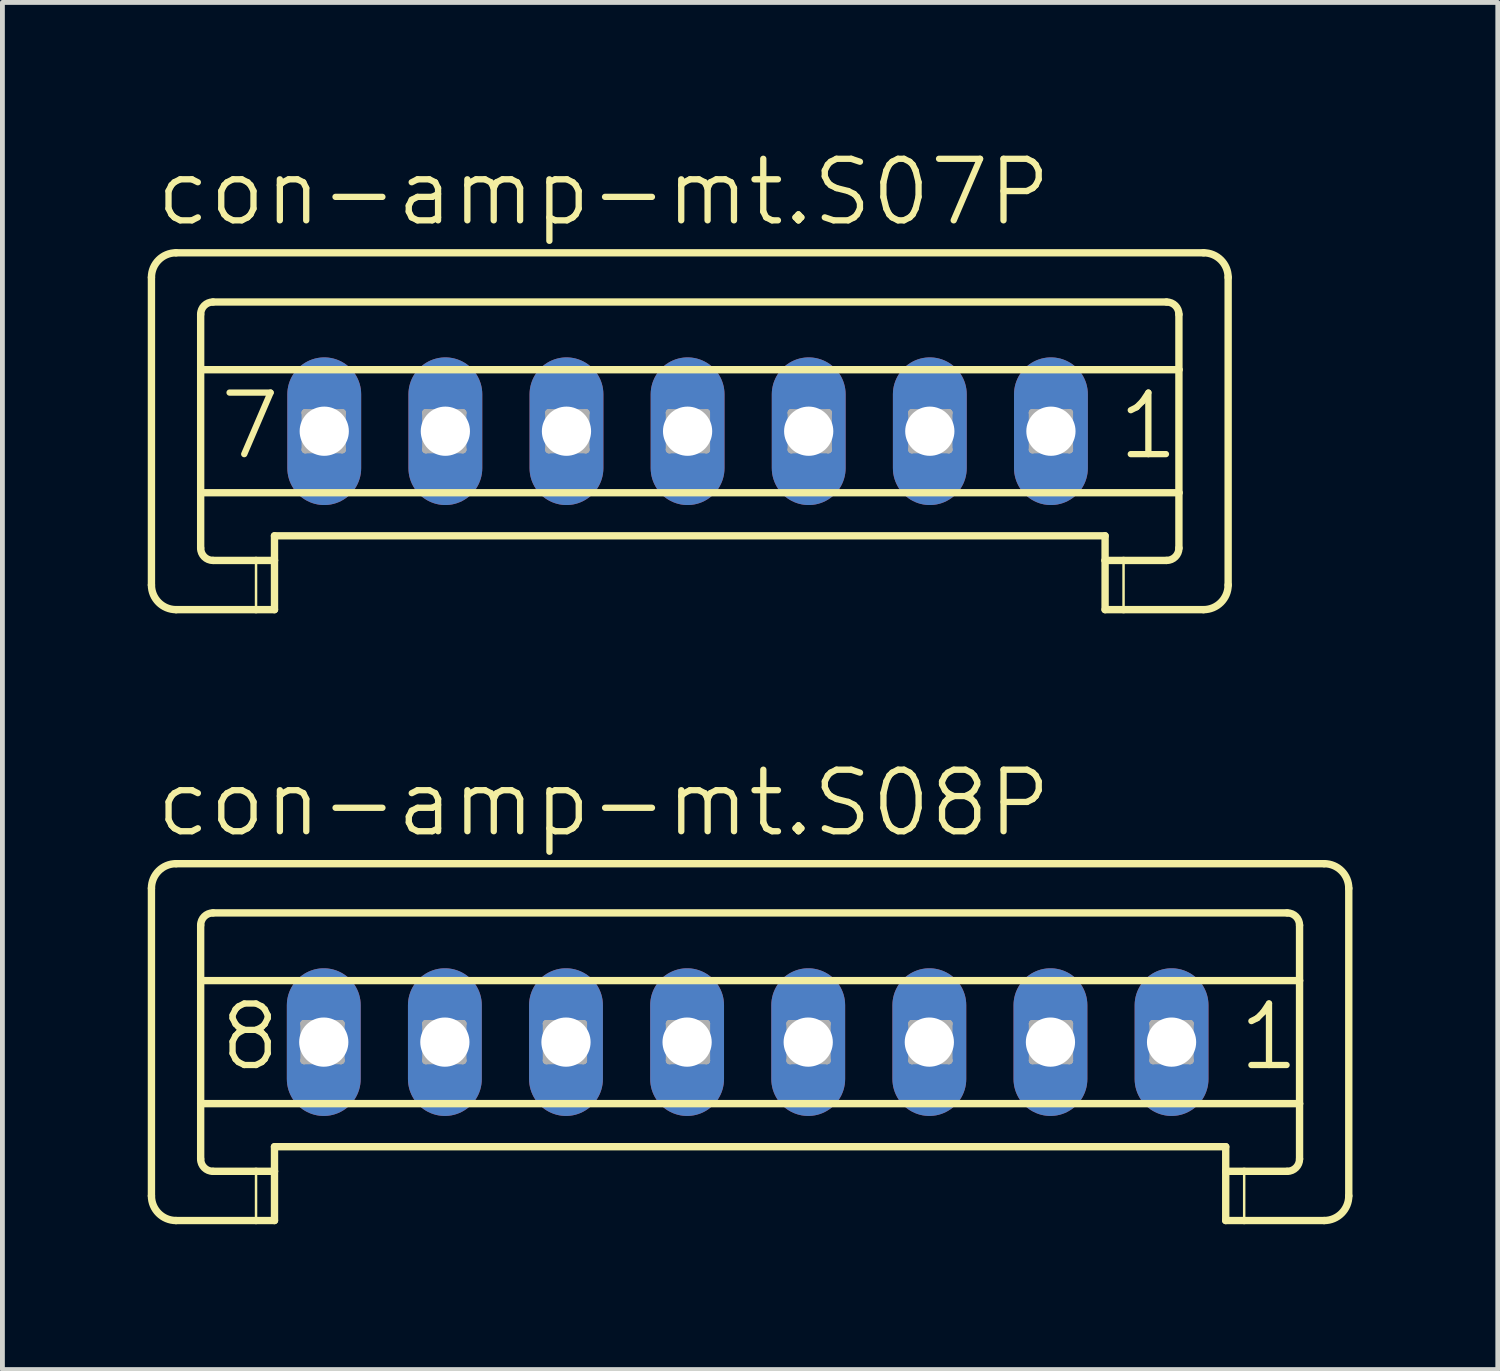
<source format=kicad_pcb>
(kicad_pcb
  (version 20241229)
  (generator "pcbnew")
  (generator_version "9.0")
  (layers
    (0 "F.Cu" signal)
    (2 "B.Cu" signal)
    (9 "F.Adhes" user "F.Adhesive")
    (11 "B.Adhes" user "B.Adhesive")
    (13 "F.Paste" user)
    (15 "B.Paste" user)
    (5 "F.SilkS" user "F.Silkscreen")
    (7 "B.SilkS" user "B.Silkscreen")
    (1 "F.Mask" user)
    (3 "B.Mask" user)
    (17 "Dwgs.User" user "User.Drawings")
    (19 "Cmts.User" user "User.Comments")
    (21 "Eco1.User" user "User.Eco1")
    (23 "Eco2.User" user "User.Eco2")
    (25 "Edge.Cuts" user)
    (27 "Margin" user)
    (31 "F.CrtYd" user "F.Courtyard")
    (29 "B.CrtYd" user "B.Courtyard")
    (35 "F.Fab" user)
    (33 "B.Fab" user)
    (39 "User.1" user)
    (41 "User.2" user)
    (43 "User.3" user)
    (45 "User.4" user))
  (footprint "con-amp-mt.S07P"
    (layer "F.Cu")
    (at 11.143 5.851)
    (property "Reference" "con-amp-mt.S07P" (at -11.042 -4.191 0) (layer "F.SilkS") (effects (font (size 1.27 1.27) (thickness 0.13)) (justify left bottom)))
    (attr through_hole)
    (fp_line (start -11.067 -3.175) (end -11.067 3.175) (stroke (width 0.152) (type default)) (layer "F.SilkS"))
    (fp_line (start -10.559 -3.683) (end 10.65 -3.683) (stroke (width 0.152) (type default)) (layer "F.SilkS"))
    (fp_line (start -10.051 -1.27) (end -10.051 -2.413) (stroke (width 0.152) (type default)) (layer "F.SilkS"))
    (fp_line (start -10.051 -1.27) (end 10.142 -1.27) (stroke (width 0.152) (type default)) (layer "F.SilkS"))
    (fp_line (start -10.051 1.27) (end -10.051 -1.27) (stroke (width 0.152) (type default)) (layer "F.SilkS"))
    (fp_line (start -10.051 1.27) (end 10.142 1.27) (stroke (width 0.152) (type default)) (layer "F.SilkS"))
    (fp_line (start -10.051 2.413) (end -10.051 1.27) (stroke (width 0.152) (type default)) (layer "F.SilkS"))
    (fp_line (start -9.797 -2.667) (end 9.888 -2.667) (stroke (width 0.152) (type default)) (layer "F.SilkS"))
    (fp_line (start -9.797 2.667) (end -8.908 2.667) (stroke (width 0.152) (type default)) (layer "F.SilkS"))
    (fp_line (start -8.908 2.667) (end -8.908 3.683) (stroke (width 0.051) (type default)) (layer "F.SilkS"))
    (fp_line (start -8.908 2.667) (end -8.527 2.667) (stroke (width 0.152) (type default)) (layer "F.SilkS"))
    (fp_line (start -8.908 3.683) (end -10.559 3.683) (stroke (width 0.152) (type default)) (layer "F.SilkS"))
    (fp_line (start -8.527 2.159) (end 8.618 2.159) (stroke (width 0.152) (type default)) (layer "F.SilkS"))
    (fp_line (start -8.527 2.667) (end -8.527 2.159) (stroke (width 0.152) (type default)) (layer "F.SilkS"))
    (fp_line (start -8.527 2.667) (end -8.527 3.683) (stroke (width 0.152) (type default)) (layer "F.SilkS"))
    (fp_line (start -8.527 3.683) (end -8.908 3.683) (stroke (width 0.152) (type default)) (layer "F.SilkS"))
    (fp_line (start 8.618 2.667) (end 8.618 2.159) (stroke (width 0.152) (type default)) (layer "F.SilkS"))
    (fp_line (start 8.618 2.667) (end 8.999 2.667) (stroke (width 0.152) (type default)) (layer "F.SilkS"))
    (fp_line (start 8.618 3.683) (end 8.618 2.667) (stroke (width 0.152) (type default)) (layer "F.SilkS"))
    (fp_line (start 8.999 2.667) (end 8.999 3.683) (stroke (width 0.051) (type default)) (layer "F.SilkS"))
    (fp_line (start 8.999 2.667) (end 9.888 2.667) (stroke (width 0.152) (type default)) (layer "F.SilkS"))
    (fp_line (start 8.999 3.683) (end 8.618 3.683) (stroke (width 0.152) (type default)) (layer "F.SilkS"))
    (fp_line (start 10.142 -1.27) (end 10.142 -2.413) (stroke (width 0.152) (type default)) (layer "F.SilkS"))
    (fp_line (start 10.142 1.27) (end 10.142 -1.27) (stroke (width 0.152) (type default)) (layer "F.SilkS"))
    (fp_line (start 10.142 2.413) (end 10.142 1.27) (stroke (width 0.152) (type default)) (layer "F.SilkS"))
    (fp_line (start 10.65 3.683) (end 8.999 3.683) (stroke (width 0.152) (type default)) (layer "F.SilkS"))
    (fp_line (start 11.158 -3.175) (end 11.158 3.175) (stroke (width 0.152) (type default)) (layer "F.SilkS"))
    (fp_arc (start -11.067 -3.175) (mid -10.91821 -3.53421) (end -10.559 -3.683) (stroke (width 0.1524) (type default)) (layer "F.SilkS"))
    (fp_arc (start -10.559 3.683) (mid -10.91821 3.53421) (end -11.067 3.175) (stroke (width 0.1524) (type default)) (layer "F.SilkS"))
    (fp_arc (start -10.051 -2.413) (mid -9.976605 -2.592605) (end -9.797 -2.667) (stroke (width 0.1524) (type default)) (layer "F.SilkS"))
    (fp_arc (start -9.797 2.667) (mid -9.976605 2.592605) (end -10.051 2.413) (stroke (width 0.1524) (type default)) (layer "F.SilkS"))
    (fp_arc (start 9.888 -2.667) (mid 10.067605 -2.592605) (end 10.142 -2.413) (stroke (width 0.1524) (type default)) (layer "F.SilkS"))
    (fp_arc (start 10.142 2.413) (mid 10.067605 2.592605) (end 9.888 2.667) (stroke (width 0.1524) (type default)) (layer "F.SilkS"))
    (fp_arc (start 10.65 -3.683) (mid 11.00921 -3.53421) (end 11.158 -3.175) (stroke (width 0.1524) (type default)) (layer "F.SilkS"))
    (fp_arc (start 11.158 3.175) (mid 11.00921 3.53421) (end 10.65 3.683) (stroke (width 0.1524) (type default)) (layer "F.SilkS"))
    (fp_line (start -7.892 -0.381) (end -7.892 0.381) (stroke (width 0.152) (type default)) (layer "F.Fab"))
    (fp_line (start -7.892 -0.381) (end -7.13 0.381) (stroke (width 0.152) (type default)) (layer "F.Fab"))
    (fp_line (start -7.892 0.381) (end -7.13 0.381) (stroke (width 0.152) (type default)) (layer "F.Fab"))
    (fp_line (start -7.13 -0.381) (end -7.892 -0.381) (stroke (width 0.152) (type default)) (layer "F.Fab"))
    (fp_line (start -7.13 -0.381) (end -7.892 0.381) (stroke (width 0.152) (type default)) (layer "F.Fab"))
    (fp_line (start -7.13 0.381) (end -7.13 -0.381) (stroke (width 0.152) (type default)) (layer "F.Fab"))
    (fp_line (start -5.403 -0.381) (end -5.403 0.381) (stroke (width 0.152) (type default)) (layer "F.Fab"))
    (fp_line (start -5.403 -0.381) (end -4.641 0.381) (stroke (width 0.152) (type default)) (layer "F.Fab"))
    (fp_line (start -5.403 0.381) (end -4.641 0.381) (stroke (width 0.152) (type default)) (layer "F.Fab"))
    (fp_line (start -4.641 -0.381) (end -5.403 -0.381) (stroke (width 0.152) (type default)) (layer "F.Fab"))
    (fp_line (start -4.641 -0.381) (end -5.403 0.381) (stroke (width 0.152) (type default)) (layer "F.Fab"))
    (fp_line (start -4.641 0.381) (end -4.641 -0.381) (stroke (width 0.152) (type default)) (layer "F.Fab"))
    (fp_line (start -2.863 -0.381) (end -2.863 0.381) (stroke (width 0.152) (type default)) (layer "F.Fab"))
    (fp_line (start -2.863 -0.381) (end -2.101 0.381) (stroke (width 0.152) (type default)) (layer "F.Fab"))
    (fp_line (start -2.863 0.381) (end -2.101 0.381) (stroke (width 0.152) (type default)) (layer "F.Fab"))
    (fp_line (start -2.101 -0.381) (end -2.863 -0.381) (stroke (width 0.152) (type default)) (layer "F.Fab"))
    (fp_line (start -2.101 -0.381) (end -2.863 0.381) (stroke (width 0.152) (type default)) (layer "F.Fab"))
    (fp_line (start -2.101 0.381) (end -2.101 -0.381) (stroke (width 0.152) (type default)) (layer "F.Fab"))
    (fp_line (start -0.374 -0.381) (end -0.374 0.381) (stroke (width 0.152) (type default)) (layer "F.Fab"))
    (fp_line (start -0.374 -0.381) (end 0.388 0.381) (stroke (width 0.152) (type default)) (layer "F.Fab"))
    (fp_line (start -0.374 0.381) (end 0.388 0.381) (stroke (width 0.152) (type default)) (layer "F.Fab"))
    (fp_line (start 0.388 -0.381) (end -0.374 -0.381) (stroke (width 0.152) (type default)) (layer "F.Fab"))
    (fp_line (start 0.388 -0.381) (end -0.374 0.381) (stroke (width 0.152) (type default)) (layer "F.Fab"))
    (fp_line (start 0.388 0.381) (end 0.388 -0.381) (stroke (width 0.152) (type default)) (layer "F.Fab"))
    (fp_line (start 2.141 -0.381) (end 2.141 0.381) (stroke (width 0.152) (type default)) (layer "F.Fab"))
    (fp_line (start 2.141 -0.381) (end 2.903 0.381) (stroke (width 0.152) (type default)) (layer "F.Fab"))
    (fp_line (start 2.141 0.381) (end 2.903 0.381) (stroke (width 0.152) (type default)) (layer "F.Fab"))
    (fp_line (start 2.903 -0.381) (end 2.141 -0.381) (stroke (width 0.152) (type default)) (layer "F.Fab"))
    (fp_line (start 2.903 -0.381) (end 2.141 0.381) (stroke (width 0.152) (type default)) (layer "F.Fab"))
    (fp_line (start 2.903 0.381) (end 2.903 -0.381) (stroke (width 0.152) (type default)) (layer "F.Fab"))
    (fp_line (start 4.63 -0.381) (end 4.63 0.381) (stroke (width 0.152) (type default)) (layer "F.Fab"))
    (fp_line (start 4.63 -0.381) (end 5.392 0.381) (stroke (width 0.152) (type default)) (layer "F.Fab"))
    (fp_line (start 4.63 0.381) (end 5.392 0.381) (stroke (width 0.152) (type default)) (layer "F.Fab"))
    (fp_line (start 5.392 -0.381) (end 4.63 -0.381) (stroke (width 0.152) (type default)) (layer "F.Fab"))
    (fp_line (start 5.392 -0.381) (end 4.63 0.381) (stroke (width 0.152) (type default)) (layer "F.Fab"))
    (fp_line (start 5.392 0.381) (end 5.392 -0.381) (stroke (width 0.152) (type default)) (layer "F.Fab"))
    (fp_line (start 7.119 -0.381) (end 7.119 0.381) (stroke (width 0.152) (type default)) (layer "F.Fab"))
    (fp_line (start 7.119 -0.381) (end 7.881 0.381) (stroke (width 0.152) (type default)) (layer "F.Fab"))
    (fp_line (start 7.119 0.381) (end 7.881 0.381) (stroke (width 0.152) (type default)) (layer "F.Fab"))
    (fp_line (start 7.881 -0.381) (end 7.119 -0.381) (stroke (width 0.152) (type default)) (layer "F.Fab"))
    (fp_line (start 7.881 -0.381) (end 7.119 0.381) (stroke (width 0.152) (type default)) (layer "F.Fab"))
    (fp_line (start 7.881 0.381) (end 7.881 -0.381) (stroke (width 0.152) (type default)) (layer "F.Fab"))
    (fp_text user "1" (at 8.821 0.635 0) (layer "F.SilkS") (effects (font (size 1.27 1.27) (thickness 0.13)) (justify left bottom)))
    (fp_text user "7" (at -9.721 0.635 0) (layer "F.SilkS") (effects (font (size 1.27 1.27) (thickness 0.13)) (justify left bottom)))
    (pad "1" thru_hole oval (at 7.5 0 90) (size 3.048 1.524) (drill 1.016) (layers "*.Cu" "*.Mask"))
    (pad "2" thru_hole oval (at 5 0 90) (size 3.048 1.524) (drill 1.016) (layers "*.Cu" "*.Mask"))
    (pad "3" thru_hole oval (at 2.5 0 90) (size 3.048 1.524) (drill 1.016) (layers "*.Cu" "*.Mask"))
    (pad "4" thru_hole oval (at 0 0 90) (size 3.048 1.524) (drill 1.016) (layers "*.Cu" "*.Mask"))
    (pad "5" thru_hole oval (at -2.5 0 90) (size 3.048 1.524) (drill 1.016) (layers "*.Cu" "*.Mask"))
    (pad "6" thru_hole oval (at -5 0 90) (size 3.048 1.524) (drill 1.016) (layers "*.Cu" "*.Mask"))
    (pad "7" thru_hole oval (at -7.5 0 90) (size 3.048 1.524) (drill 1.016) (layers "*.Cu" "*.Mask")))
  (footprint "con-amp-mt.S08P"
    (layer "F.Cu")
    (at 12.383 18.461)
    (property "Reference" "con-amp-mt.S08P" (at -12.281 -4.191 0) (layer "F.SilkS") (effects (font (size 1.27 1.27) (thickness 0.13)) (justify left bottom)))
    (attr through_hole)
    (fp_line (start -12.307 -3.175) (end -12.307 3.175) (stroke (width 0.152) (type default)) (layer "F.SilkS"))
    (fp_line (start -11.799 -3.683) (end 11.9 -3.683) (stroke (width 0.152) (type default)) (layer "F.SilkS"))
    (fp_line (start -11.291 -1.27) (end -11.291 -2.413) (stroke (width 0.152) (type default)) (layer "F.SilkS"))
    (fp_line (start -11.291 -1.27) (end 11.392 -1.27) (stroke (width 0.152) (type default)) (layer "F.SilkS"))
    (fp_line (start -11.291 1.27) (end -11.291 -1.27) (stroke (width 0.152) (type default)) (layer "F.SilkS"))
    (fp_line (start -11.291 1.27) (end 11.392 1.27) (stroke (width 0.152) (type default)) (layer "F.SilkS"))
    (fp_line (start -11.291 2.413) (end -11.291 1.27) (stroke (width 0.152) (type default)) (layer "F.SilkS"))
    (fp_line (start -11.037 -2.667) (end 11.138 -2.667) (stroke (width 0.152) (type default)) (layer "F.SilkS"))
    (fp_line (start -11.037 2.667) (end -10.148 2.667) (stroke (width 0.152) (type default)) (layer "F.SilkS"))
    (fp_line (start -10.148 2.667) (end -10.148 3.683) (stroke (width 0.051) (type default)) (layer "F.SilkS"))
    (fp_line (start -10.148 2.667) (end -9.767 2.667) (stroke (width 0.152) (type default)) (layer "F.SilkS"))
    (fp_line (start -10.148 3.683) (end -11.799 3.683) (stroke (width 0.152) (type default)) (layer "F.SilkS"))
    (fp_line (start -9.767 2.159) (end 9.868 2.159) (stroke (width 0.152) (type default)) (layer "F.SilkS"))
    (fp_line (start -9.767 2.667) (end -9.767 2.159) (stroke (width 0.152) (type default)) (layer "F.SilkS"))
    (fp_line (start -9.767 2.667) (end -9.767 3.683) (stroke (width 0.152) (type default)) (layer "F.SilkS"))
    (fp_line (start -9.767 3.683) (end -10.148 3.683) (stroke (width 0.152) (type default)) (layer "F.SilkS"))
    (fp_line (start 9.868 2.667) (end 9.868 2.159) (stroke (width 0.152) (type default)) (layer "F.SilkS"))
    (fp_line (start 9.868 2.667) (end 10.249 2.667) (stroke (width 0.152) (type default)) (layer "F.SilkS"))
    (fp_line (start 9.868 3.683) (end 9.868 2.667) (stroke (width 0.152) (type default)) (layer "F.SilkS"))
    (fp_line (start 10.249 2.667) (end 10.249 3.683) (stroke (width 0.051) (type default)) (layer "F.SilkS"))
    (fp_line (start 10.249 2.667) (end 11.138 2.667) (stroke (width 0.152) (type default)) (layer "F.SilkS"))
    (fp_line (start 10.249 3.683) (end 9.868 3.683) (stroke (width 0.152) (type default)) (layer "F.SilkS"))
    (fp_line (start 11.392 -1.27) (end 11.392 -2.413) (stroke (width 0.152) (type default)) (layer "F.SilkS"))
    (fp_line (start 11.392 1.27) (end 11.392 -1.27) (stroke (width 0.152) (type default)) (layer "F.SilkS"))
    (fp_line (start 11.392 2.413) (end 11.392 1.27) (stroke (width 0.152) (type default)) (layer "F.SilkS"))
    (fp_line (start 11.9 3.683) (end 10.249 3.683) (stroke (width 0.152) (type default)) (layer "F.SilkS"))
    (fp_line (start 12.408 -3.175) (end 12.408 3.175) (stroke (width 0.152) (type default)) (layer "F.SilkS"))
    (fp_arc (start -12.307 -3.175) (mid -12.15821 -3.53421) (end -11.799 -3.683) (stroke (width 0.1524) (type default)) (layer "F.SilkS"))
    (fp_arc (start -11.799 3.683) (mid -12.15821 3.53421) (end -12.307 3.175) (stroke (width 0.1524) (type default)) (layer "F.SilkS"))
    (fp_arc (start -11.291 -2.413) (mid -11.216605 -2.592605) (end -11.037 -2.667) (stroke (width 0.1524) (type default)) (layer "F.SilkS"))
    (fp_arc (start -11.037 2.667) (mid -11.216605 2.592605) (end -11.291 2.413) (stroke (width 0.1524) (type default)) (layer "F.SilkS"))
    (fp_arc (start 11.138 -2.667) (mid 11.317605 -2.592605) (end 11.392 -2.413) (stroke (width 0.1524) (type default)) (layer "F.SilkS"))
    (fp_arc (start 11.392 2.413) (mid 11.317605 2.592605) (end 11.138 2.667) (stroke (width 0.1524) (type default)) (layer "F.SilkS"))
    (fp_arc (start 11.9 -3.683) (mid 12.25921 -3.53421) (end 12.408 -3.175) (stroke (width 0.1524) (type default)) (layer "F.SilkS"))
    (fp_arc (start 12.408 3.175) (mid 12.25921 3.53421) (end 11.9 3.683) (stroke (width 0.1524) (type default)) (layer "F.SilkS"))
    (fp_line (start -9.157 -0.381) (end -9.157 0.381) (stroke (width 0.152) (type default)) (layer "F.Fab"))
    (fp_line (start -9.157 -0.381) (end -8.395 0.381) (stroke (width 0.152) (type default)) (layer "F.Fab"))
    (fp_line (start -9.157 0.381) (end -8.395 0.381) (stroke (width 0.152) (type default)) (layer "F.Fab"))
    (fp_line (start -8.395 -0.381) (end -9.157 -0.381) (stroke (width 0.152) (type default)) (layer "F.Fab"))
    (fp_line (start -8.395 -0.381) (end -9.157 0.381) (stroke (width 0.152) (type default)) (layer "F.Fab"))
    (fp_line (start -8.395 0.381) (end -8.395 -0.381) (stroke (width 0.152) (type default)) (layer "F.Fab"))
    (fp_line (start -6.642 -0.381) (end -6.642 0.381) (stroke (width 0.152) (type default)) (layer "F.Fab"))
    (fp_line (start -6.642 -0.381) (end -5.88 0.381) (stroke (width 0.152) (type default)) (layer "F.Fab"))
    (fp_line (start -6.642 0.381) (end -5.88 0.381) (stroke (width 0.152) (type default)) (layer "F.Fab"))
    (fp_line (start -5.88 -0.381) (end -6.642 -0.381) (stroke (width 0.152) (type default)) (layer "F.Fab"))
    (fp_line (start -5.88 -0.381) (end -6.642 0.381) (stroke (width 0.152) (type default)) (layer "F.Fab"))
    (fp_line (start -5.88 0.381) (end -5.88 -0.381) (stroke (width 0.152) (type default)) (layer "F.Fab"))
    (fp_line (start -4.153 -0.381) (end -4.153 0.381) (stroke (width 0.152) (type default)) (layer "F.Fab"))
    (fp_line (start -4.153 -0.381) (end -3.391 0.381) (stroke (width 0.152) (type default)) (layer "F.Fab"))
    (fp_line (start -4.153 0.381) (end -3.391 0.381) (stroke (width 0.152) (type default)) (layer "F.Fab"))
    (fp_line (start -3.391 -0.381) (end -4.153 -0.381) (stroke (width 0.152) (type default)) (layer "F.Fab"))
    (fp_line (start -3.391 -0.381) (end -4.153 0.381) (stroke (width 0.152) (type default)) (layer "F.Fab"))
    (fp_line (start -3.391 0.381) (end -3.391 -0.381) (stroke (width 0.152) (type default)) (layer "F.Fab"))
    (fp_line (start -1.613 -0.381) (end -1.613 0.381) (stroke (width 0.152) (type default)) (layer "F.Fab"))
    (fp_line (start -1.613 -0.381) (end -0.851 0.381) (stroke (width 0.152) (type default)) (layer "F.Fab"))
    (fp_line (start -1.613 0.381) (end -0.851 0.381) (stroke (width 0.152) (type default)) (layer "F.Fab"))
    (fp_line (start -0.851 -0.381) (end -1.613 -0.381) (stroke (width 0.152) (type default)) (layer "F.Fab"))
    (fp_line (start -0.851 -0.381) (end -1.613 0.381) (stroke (width 0.152) (type default)) (layer "F.Fab"))
    (fp_line (start -0.851 0.381) (end -0.851 -0.381) (stroke (width 0.152) (type default)) (layer "F.Fab"))
    (fp_line (start 0.876 -0.381) (end 0.876 0.381) (stroke (width 0.152) (type default)) (layer "F.Fab"))
    (fp_line (start 0.876 -0.381) (end 1.638 0.381) (stroke (width 0.152) (type default)) (layer "F.Fab"))
    (fp_line (start 0.876 0.381) (end 1.638 0.381) (stroke (width 0.152) (type default)) (layer "F.Fab"))
    (fp_line (start 1.638 -0.381) (end 0.876 -0.381) (stroke (width 0.152) (type default)) (layer "F.Fab"))
    (fp_line (start 1.638 -0.381) (end 0.876 0.381) (stroke (width 0.152) (type default)) (layer "F.Fab"))
    (fp_line (start 1.638 0.381) (end 1.638 -0.381) (stroke (width 0.152) (type default)) (layer "F.Fab"))
    (fp_line (start 3.391 -0.381) (end 3.391 0.381) (stroke (width 0.152) (type default)) (layer "F.Fab"))
    (fp_line (start 3.391 -0.381) (end 4.153 0.381) (stroke (width 0.152) (type default)) (layer "F.Fab"))
    (fp_line (start 3.391 0.381) (end 4.153 0.381) (stroke (width 0.152) (type default)) (layer "F.Fab"))
    (fp_line (start 4.153 -0.381) (end 3.391 -0.381) (stroke (width 0.152) (type default)) (layer "F.Fab"))
    (fp_line (start 4.153 -0.381) (end 3.391 0.381) (stroke (width 0.152) (type default)) (layer "F.Fab"))
    (fp_line (start 4.153 0.381) (end 4.153 -0.381) (stroke (width 0.152) (type default)) (layer "F.Fab"))
    (fp_line (start 5.88 -0.381) (end 5.88 0.381) (stroke (width 0.152) (type default)) (layer "F.Fab"))
    (fp_line (start 5.88 -0.381) (end 6.642 0.381) (stroke (width 0.152) (type default)) (layer "F.Fab"))
    (fp_line (start 5.88 0.381) (end 6.642 0.381) (stroke (width 0.152) (type default)) (layer "F.Fab"))
    (fp_line (start 6.642 -0.381) (end 5.88 -0.381) (stroke (width 0.152) (type default)) (layer "F.Fab"))
    (fp_line (start 6.642 -0.381) (end 5.88 0.381) (stroke (width 0.152) (type default)) (layer "F.Fab"))
    (fp_line (start 6.642 0.381) (end 6.642 -0.381) (stroke (width 0.152) (type default)) (layer "F.Fab"))
    (fp_line (start 8.369 -0.381) (end 8.369 0.381) (stroke (width 0.152) (type default)) (layer "F.Fab"))
    (fp_line (start 8.369 -0.381) (end 9.131 0.381) (stroke (width 0.152) (type default)) (layer "F.Fab"))
    (fp_line (start 8.369 0.381) (end 9.131 0.381) (stroke (width 0.152) (type default)) (layer "F.Fab"))
    (fp_line (start 9.131 -0.381) (end 8.369 -0.381) (stroke (width 0.152) (type default)) (layer "F.Fab"))
    (fp_line (start 9.131 -0.381) (end 8.369 0.381) (stroke (width 0.152) (type default)) (layer "F.Fab"))
    (fp_line (start 9.131 0.381) (end 9.131 -0.381) (stroke (width 0.152) (type default)) (layer "F.Fab"))
    (fp_text user "1" (at 10.071 0.635 0) (layer "F.SilkS") (effects (font (size 1.27 1.27) (thickness 0.13)) (justify left bottom)))
    (fp_text user "8" (at -10.96 0.635 0) (layer "F.SilkS") (effects (font (size 1.27 1.27) (thickness 0.13)) (justify left bottom)))
    (pad "1" thru_hole oval (at 8.75 0 90) (size 3.048 1.524) (drill 1.016) (layers "*.Cu" "*.Mask"))
    (pad "2" thru_hole oval (at 6.25 0 90) (size 3.048 1.524) (drill 1.016) (layers "*.Cu" "*.Mask"))
    (pad "3" thru_hole oval (at 3.75 0 90) (size 3.048 1.524) (drill 1.016) (layers "*.Cu" "*.Mask"))
    (pad "4" thru_hole oval (at 1.25 0 90) (size 3.048 1.524) (drill 1.016) (layers "*.Cu" "*.Mask"))
    (pad "5" thru_hole oval (at -1.25 0 90) (size 3.048 1.524) (drill 1.016) (layers "*.Cu" "*.Mask"))
    (pad "6" thru_hole oval (at -3.75 0 90) (size 3.048 1.524) (drill 1.016) (layers "*.Cu" "*.Mask"))
    (pad "7" thru_hole oval (at -6.25 0 90) (size 3.048 1.524) (drill 1.016) (layers "*.Cu" "*.Mask"))
    (pad "8" thru_hole oval (at -8.75 0 90) (size 3.048 1.524) (drill 1.016) (layers "*.Cu" "*.Mask")))
  (gr_rect
    (start -3 -3)
    (end 27.867 25.22)
    (stroke (width 0.1) (type default))
    (fill no)
    (layer "Edge.Cuts")))
</source>
